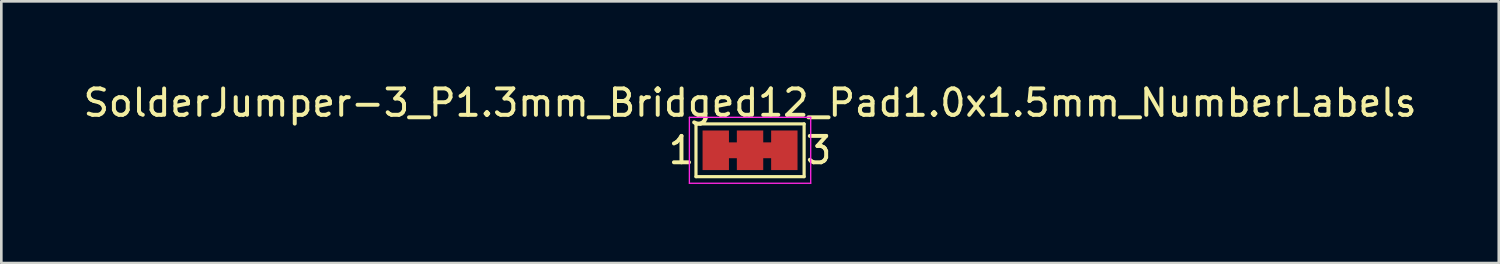
<source format=kicad_pcb>
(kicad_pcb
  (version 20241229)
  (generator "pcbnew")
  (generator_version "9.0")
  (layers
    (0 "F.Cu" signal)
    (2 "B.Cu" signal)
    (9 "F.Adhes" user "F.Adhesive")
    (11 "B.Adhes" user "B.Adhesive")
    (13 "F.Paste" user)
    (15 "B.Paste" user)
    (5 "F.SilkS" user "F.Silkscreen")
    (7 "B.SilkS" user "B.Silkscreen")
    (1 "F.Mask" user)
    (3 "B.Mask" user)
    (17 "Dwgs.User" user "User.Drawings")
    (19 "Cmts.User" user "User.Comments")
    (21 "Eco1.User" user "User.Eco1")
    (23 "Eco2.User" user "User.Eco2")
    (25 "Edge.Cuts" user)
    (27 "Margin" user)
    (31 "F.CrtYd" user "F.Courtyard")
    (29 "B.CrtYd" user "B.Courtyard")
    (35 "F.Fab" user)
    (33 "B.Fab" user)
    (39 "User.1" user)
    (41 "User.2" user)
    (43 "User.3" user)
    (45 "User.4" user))
  (footprint "SolderJumper-3_P1.3mm_Bridged12_Pad1.0x1.5mm_NumberLabels"
    (layer "F.Cu")
    (at 25.387 2.648)
    (property "Reference" "SolderJumper-3_P1.3mm_Bridged12_Pad1.0x1.5mm_NumberLabels" (at 0 -1.8 0) (layer "F.SilkS") (effects (font (size 1 1) (thickness 0.15))))
    (attr exclude_from_pos_files exclude_from_bom)
    (fp_poly (pts (xy -0.9 -0.3) (xy -0.4 -0.3) (xy -0.4 0.3) (xy -0.9 0.3)) (stroke (width 0) (type solid)) (fill yes) (layer "F.Cu"))
    (fp_poly (pts (xy 0.4 -0.3) (xy 0.9 -0.3) (xy 0.9 0.3) (xy 0.4 0.3)) (stroke (width 0) (type solid)) (fill yes) (layer "F.Cu"))
    (fp_line (start -2.05 -1) (end 2.05 -1) (stroke (width 0.12) (type solid)) (layer "F.SilkS"))
    (fp_line (start -2.05 1) (end -2.05 -1) (stroke (width 0.12) (type solid)) (layer "F.SilkS"))
    (fp_line (start 2.05 -1) (end 2.05 1) (stroke (width 0.12) (type solid)) (layer "F.SilkS"))
    (fp_line (start 2.05 1) (end -2.05 1) (stroke (width 0.12) (type solid)) (layer "F.SilkS"))
    (fp_line (start -2.3 -1.25) (end -2.3 1.25) (stroke (width 0.05) (type solid)) (layer "F.CrtYd"))
    (fp_line (start -2.3 -1.25) (end 2.3 -1.25) (stroke (width 0.05) (type solid)) (layer "F.CrtYd"))
    (fp_line (start 2.3 1.25) (end -2.3 1.25) (stroke (width 0.05) (type solid)) (layer "F.CrtYd"))
    (fp_line (start 2.3 1.25) (end 2.3 -1.25) (stroke (width 0.05) (type solid)) (layer "F.CrtYd"))
    (fp_text user "3" (at 2.6 0 0) (layer "F.SilkS") (effects (font (size 1 1) (thickness 0.15))))
    (fp_text user "1" (at -2.6 0 0) (layer "F.SilkS") (effects (font (size 1 1) (thickness 0.15))))
    (pad "1" smd rect (at -1.3 0) (size 1 1.5) (layers "F.Cu" "F.Mask"))
    (pad "2" smd rect (at 0 0) (size 1 1.5) (layers "F.Cu" "F.Mask"))
    (pad "3" smd rect (at 1.3 0) (size 1 1.5) (layers "F.Cu" "F.Mask")))
  (gr_rect
    (start -3 -3)
    (end 53.774 6.923)
    (stroke (width 0.1) (type default))
    (fill no)
    (layer "Edge.Cuts")))
</source>
